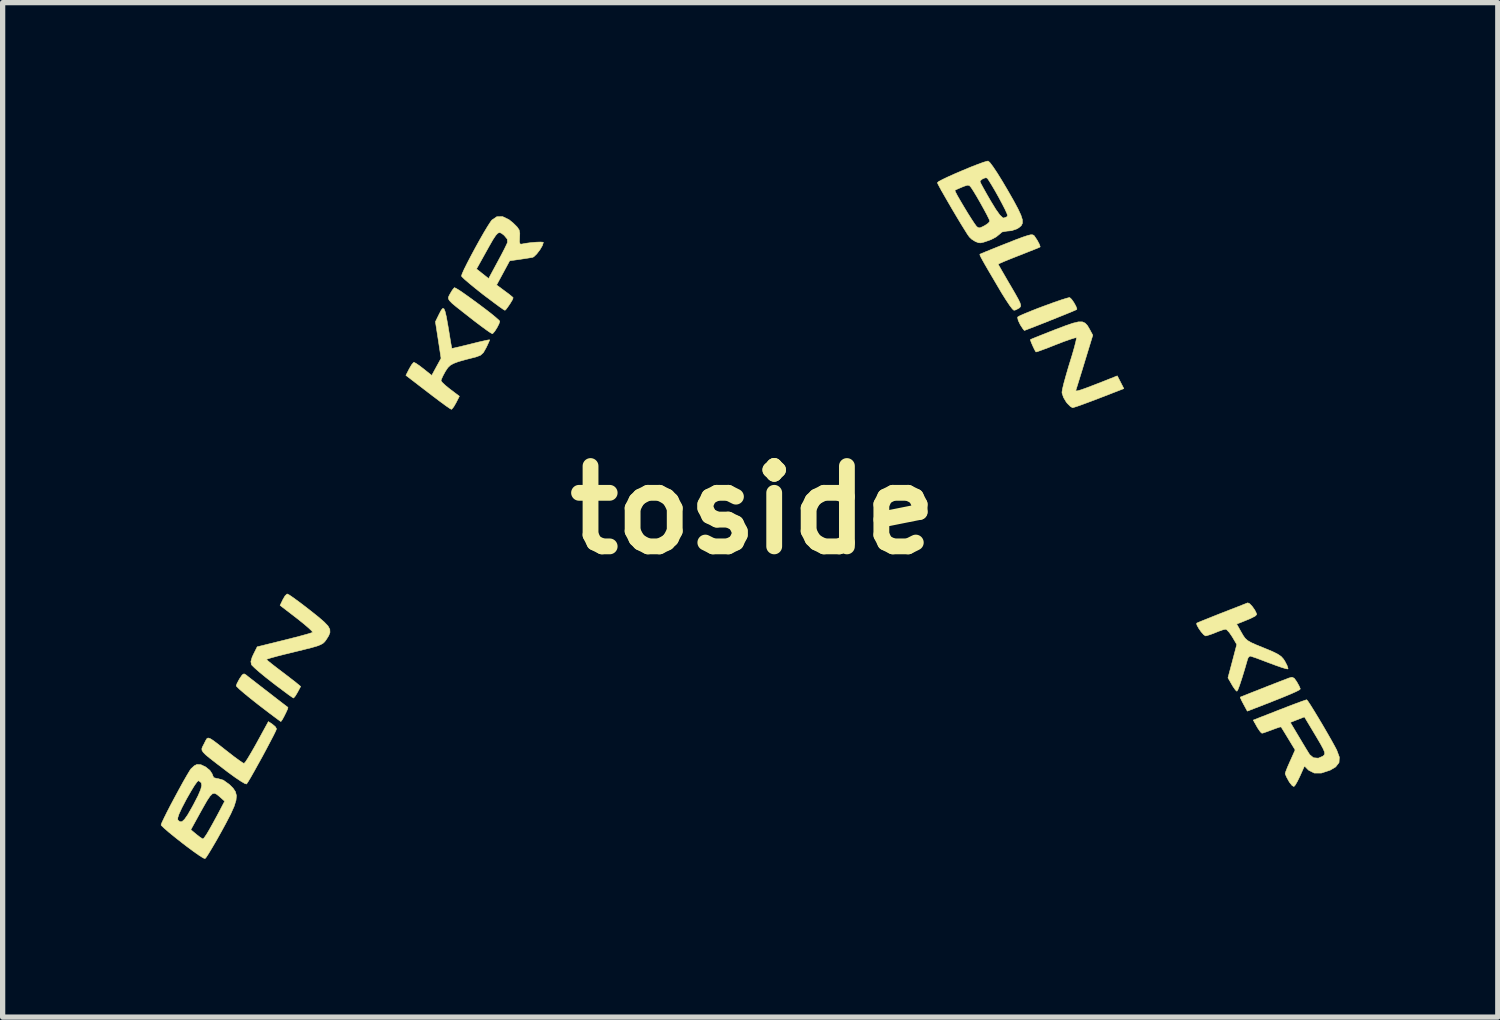
<source format=kicad_pcb>
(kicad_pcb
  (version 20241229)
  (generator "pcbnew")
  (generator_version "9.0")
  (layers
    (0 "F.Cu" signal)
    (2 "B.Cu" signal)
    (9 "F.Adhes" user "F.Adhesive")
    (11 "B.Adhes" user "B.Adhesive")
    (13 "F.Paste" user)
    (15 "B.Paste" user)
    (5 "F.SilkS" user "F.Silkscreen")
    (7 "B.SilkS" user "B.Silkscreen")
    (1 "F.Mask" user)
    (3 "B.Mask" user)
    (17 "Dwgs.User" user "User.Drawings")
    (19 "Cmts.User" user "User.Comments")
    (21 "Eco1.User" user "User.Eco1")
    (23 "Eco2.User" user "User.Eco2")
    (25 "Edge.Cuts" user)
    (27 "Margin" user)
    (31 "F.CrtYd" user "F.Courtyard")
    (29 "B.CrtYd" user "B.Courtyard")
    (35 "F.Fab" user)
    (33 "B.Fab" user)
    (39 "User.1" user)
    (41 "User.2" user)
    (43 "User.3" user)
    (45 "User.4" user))
  (footprint "toside"
    (layer "F.Cu")
    (at 11.234 6.623)
    (property "Reference" "toside" (at 0 0 0) (layer "F.SilkS") (effects (font (size 1.524 1.524) (thickness 0.3))))
    (attr through_hole)
    (fp_poly (pts (xy 10.261 3.19) (xy 10.307 3.253) (xy 10.311 3.26) (xy 10.353 3.335) (xy 10.375 3.387) (xy 10.376 3.394) (xy 10.358 3.411) (xy 10.299 3.442) (xy 10.198 3.487) (xy 10.049 3.549) (xy 9.848 3.629) (xy 9.593 3.729) (xy 9.516 3.758) (xy 9.372 3.814) (xy 9.301 3.684) (xy 9.261 3.607) (xy 9.239 3.557) (xy 9.238 3.548) (xy 9.269 3.536) (xy 9.346 3.505) (xy 9.459 3.46) (xy 9.594 3.407) (xy 9.74 3.349) (xy 9.884 3.293) (xy 10.015 3.242) (xy 10.12 3.202) (xy 10.16 3.186) (xy 10.219 3.171) (xy 10.261 3.19)) (stroke (width 0.01) (type solid)) (fill yes) (layer "F.SilkS"))
    (fp_poly (pts (xy -5.634 -4.204) (xy -5.562 -4.16) (xy -5.462 -4.091) (xy -5.342 -4.005) (xy -5.214 -3.911) (xy -5.087 -3.816) (xy -4.973 -3.728) (xy -4.882 -3.653) (xy -4.823 -3.601) (xy -4.806 -3.58) (xy -4.821 -3.53) (xy -4.857 -3.46) (xy -4.9 -3.392) (xy -4.937 -3.349) (xy -4.947 -3.344) (xy -4.983 -3.363) (xy -5.059 -3.415) (xy -5.165 -3.493) (xy -5.292 -3.589) (xy -5.347 -3.632) (xy -5.509 -3.759) (xy -5.627 -3.852) (xy -5.708 -3.919) (xy -5.756 -3.968) (xy -5.778 -4.003) (xy -5.78 -4.033) (xy -5.767 -4.065) (xy -5.748 -4.1) (xy -5.705 -4.172) (xy -5.668 -4.216) (xy -5.665 -4.218) (xy -5.634 -4.204)) (stroke (width 0.01) (type solid)) (fill yes) (layer "F.SilkS"))
    (fp_poly (pts (xy 6.004 -4.029) (xy 6.039 -3.997) (xy 6.082 -3.936) (xy 6.12 -3.868) (xy 6.139 -3.817) (xy 6.137 -3.804) (xy 6.106 -3.789) (xy 6.028 -3.756) (xy 5.914 -3.709) (xy 5.777 -3.654) (xy 5.629 -3.595) (xy 5.482 -3.536) (xy 5.347 -3.483) (xy 5.238 -3.441) (xy 5.166 -3.413) (xy 5.143 -3.406) (xy 5.121 -3.43) (xy 5.08 -3.492) (xy 5.062 -3.522) (xy 5.026 -3.598) (xy 5.015 -3.652) (xy 5.019 -3.662) (xy 5.063 -3.687) (xy 5.153 -3.726) (xy 5.275 -3.776) (xy 5.417 -3.832) (xy 5.568 -3.888) (xy 5.714 -3.941) (xy 5.842 -3.985) (xy 5.941 -4.016) (xy 5.997 -4.03) (xy 6.004 -4.029)) (stroke (width 0.01) (type solid)) (fill yes) (layer "F.SilkS"))
    (fp_poly (pts (xy -9.619 3.126) (xy -9.617 3.128) (xy -9.58 3.158) (xy -9.504 3.217) (xy -9.401 3.297) (xy -9.281 3.39) (xy -9.155 3.487) (xy -9.036 3.58) (xy -8.933 3.659) (xy -8.858 3.716) (xy -8.823 3.743) (xy -8.823 3.743) (xy -8.829 3.772) (xy -8.857 3.834) (xy -8.894 3.909) (xy -8.93 3.975) (xy -8.955 4.009) (xy -8.958 4.011) (xy -8.986 3.992) (xy -9.055 3.941) (xy -9.158 3.864) (xy -9.285 3.767) (xy -9.387 3.689) (xy -9.526 3.579) (xy -9.645 3.482) (xy -9.736 3.404) (xy -9.791 3.351) (xy -9.804 3.334) (xy -9.788 3.288) (xy -9.749 3.215) (xy -9.736 3.193) (xy -9.69 3.126) (xy -9.656 3.106) (xy -9.619 3.126)) (stroke (width 0.01) (type solid)) (fill yes) (layer "F.SilkS"))
    (fp_poly (pts (xy -9.117 4.063) (xy -9.061 4.111) (xy -9.04 4.15) (xy -9.054 4.187) (xy -9.094 4.269) (xy -9.154 4.384) (xy -9.226 4.521) (xy -9.306 4.67) (xy -9.388 4.818) (xy -9.465 4.957) (xy -9.531 5.073) (xy -9.581 5.156) (xy -9.608 5.196) (xy -9.608 5.196) (xy -9.641 5.187) (xy -9.714 5.144) (xy -9.819 5.074) (xy -9.945 4.983) (xy -10.013 4.931) (xy -10.178 4.805) (xy -10.299 4.711) (xy -10.382 4.643) (xy -10.431 4.593) (xy -10.454 4.555) (xy -10.455 4.521) (xy -10.44 4.484) (xy -10.415 4.437) (xy -10.41 4.427) (xy -10.384 4.374) (xy -10.363 4.338) (xy -10.338 4.323) (xy -10.301 4.333) (xy -10.243 4.369) (xy -10.155 4.435) (xy -10.028 4.535) (xy -9.956 4.591) (xy -9.843 4.679) (xy -9.747 4.749) (xy -9.681 4.794) (xy -9.656 4.806) (xy -9.631 4.78) (xy -9.583 4.707) (xy -9.518 4.598) (xy -9.441 4.463) (xy -9.411 4.409) (xy -9.194 4.012) (xy -9.117 4.063)) (stroke (width 0.01) (type solid)) (fill yes) (layer "F.SilkS"))
    (fp_poly (pts (xy 5.303 -5.219) (xy 5.326 -5.206) (xy 5.335 -5.195) (xy 5.387 -5.117) (xy 5.426 -5.044) (xy 5.443 -4.996) (xy 5.44 -4.988) (xy 5.407 -4.973) (xy 5.326 -4.94) (xy 5.209 -4.894) (xy 5.067 -4.837) (xy 5.037 -4.826) (xy 4.893 -4.769) (xy 4.772 -4.72) (xy 4.687 -4.683) (xy 4.648 -4.665) (xy 4.647 -4.663) (xy 4.662 -4.634) (xy 4.704 -4.56) (xy 4.767 -4.451) (xy 4.844 -4.318) (xy 4.876 -4.264) (xy 4.965 -4.111) (xy 5.026 -4.002) (xy 5.061 -3.93) (xy 5.074 -3.884) (xy 5.069 -3.855) (xy 5.049 -3.835) (xy 5.045 -3.831) (xy 4.981 -3.796) (xy 4.946 -3.788) (xy 4.916 -3.814) (xy 4.862 -3.885) (xy 4.791 -3.992) (xy 4.709 -4.123) (xy 4.686 -4.162) (xy 4.562 -4.373) (xy 4.466 -4.536) (xy 4.396 -4.657) (xy 4.348 -4.742) (xy 4.318 -4.798) (xy 4.303 -4.831) (xy 4.299 -4.847) (xy 4.301 -4.852) (xy 4.333 -4.866) (xy 4.414 -4.9) (xy 4.535 -4.949) (xy 4.684 -5.009) (xy 4.803 -5.056) (xy 4.985 -5.128) (xy 5.117 -5.177) (xy 5.208 -5.207) (xy 5.267 -5.221) (xy 5.303 -5.219)) (stroke (width 0.01) (type solid)) (fill yes) (layer "F.SilkS"))
    (fp_poly (pts (xy -5.865 -3.818) (xy -5.843 -3.767) (xy -5.819 -3.666) (xy -5.791 -3.51) (xy -5.776 -3.422) (xy -5.753 -3.281) (xy -5.734 -3.166) (xy -5.72 -3.09) (xy -5.715 -3.065) (xy -5.685 -3.07) (xy -5.605 -3.088) (xy -5.488 -3.116) (xy -5.354 -3.149) (xy -5.214 -3.184) (xy -5.1 -3.21) (xy -5.024 -3.226) (xy -4.997 -3.228) (xy -5.01 -3.195) (xy -5.042 -3.124) (xy -5.066 -3.075) (xy -5.117 -2.985) (xy -5.174 -2.934) (xy -5.261 -2.902) (xy -5.281 -2.897) (xy -5.462 -2.851) (xy -5.592 -2.814) (xy -5.682 -2.78) (xy -5.744 -2.745) (xy -5.789 -2.702) (xy -5.827 -2.646) (xy -5.839 -2.627) (xy -5.886 -2.54) (xy -5.915 -2.474) (xy -5.92 -2.454) (xy -5.897 -2.42) (xy -5.834 -2.361) (xy -5.747 -2.29) (xy -5.746 -2.29) (xy -5.572 -2.158) (xy -5.635 -2.034) (xy -5.679 -1.958) (xy -5.715 -1.914) (xy -5.724 -1.91) (xy -5.756 -1.928) (xy -5.83 -1.979) (xy -5.936 -2.057) (xy -6.065 -2.154) (xy -6.167 -2.232) (xy -6.586 -2.554) (xy -6.523 -2.677) (xy -6.479 -2.753) (xy -6.442 -2.797) (xy -6.433 -2.801) (xy -6.395 -2.782) (xy -6.325 -2.734) (xy -6.251 -2.677) (xy -6.096 -2.553) (xy -6.008 -2.715) (xy -5.919 -2.877) (xy -5.972 -3.224) (xy -6.026 -3.571) (xy -5.954 -3.718) (xy -5.917 -3.788) (xy -5.889 -3.823) (xy -5.865 -3.818)) (stroke (width 0.01) (type solid)) (fill yes) (layer "F.SilkS"))
    (fp_poly (pts (xy 6.296 -3.545) (xy 6.34 -3.498) (xy 6.381 -3.428) (xy 6.441 -3.316) (xy 6.287 -2.812) (xy 6.235 -2.641) (xy 6.188 -2.49) (xy 6.151 -2.37) (xy 6.127 -2.293) (xy 6.119 -2.27) (xy 6.125 -2.259) (xy 6.157 -2.262) (xy 6.222 -2.281) (xy 6.326 -2.318) (xy 6.475 -2.375) (xy 6.675 -2.453) (xy 6.74 -2.479) (xy 6.906 -2.545) (xy 7.03 -2.303) (xy 6.563 -2.122) (xy 6.4 -2.06) (xy 6.257 -2.007) (xy 6.145 -1.967) (xy 6.075 -1.945) (xy 6.057 -1.941) (xy 6.016 -1.965) (xy 5.958 -2.023) (xy 5.938 -2.048) (xy 5.886 -2.135) (xy 5.858 -2.219) (xy 5.857 -2.236) (xy 5.866 -2.294) (xy 5.891 -2.4) (xy 5.93 -2.541) (xy 5.977 -2.703) (xy 6.002 -2.785) (xy 6.052 -2.947) (xy 6.092 -3.087) (xy 6.119 -3.194) (xy 6.132 -3.257) (xy 6.131 -3.269) (xy 6.097 -3.264) (xy 6.016 -3.239) (xy 5.899 -3.198) (xy 5.759 -3.144) (xy 5.743 -3.138) (xy 5.602 -3.082) (xy 5.484 -3.038) (xy 5.401 -3.008) (xy 5.364 -2.998) (xy 5.363 -2.998) (xy 5.337 -3.041) (xy 5.304 -3.11) (xy 5.274 -3.179) (xy 5.258 -3.225) (xy 5.258 -3.232) (xy 5.29 -3.247) (xy 5.371 -3.28) (xy 5.491 -3.328) (xy 5.638 -3.386) (xy 5.729 -3.422) (xy 5.922 -3.495) (xy 6.065 -3.544) (xy 6.169 -3.569) (xy 6.243 -3.569) (xy 6.296 -3.545)) (stroke (width 0.01) (type solid)) (fill yes) (layer "F.SilkS"))
    (fp_poly (pts (xy -8.799 1.61) (xy -8.723 1.662) (xy -8.616 1.74) (xy -8.488 1.837) (xy -8.411 1.897) (xy -8.251 2.024) (xy -8.137 2.122) (xy -8.064 2.198) (xy -8.029 2.262) (xy -8.026 2.321) (xy -8.05 2.384) (xy -8.094 2.454) (xy -8.123 2.494) (xy -8.156 2.526) (xy -8.203 2.553) (xy -8.273 2.58) (xy -8.377 2.61) (xy -8.524 2.647) (xy -8.699 2.69) (xy -8.872 2.732) (xy -9.022 2.77) (xy -9.138 2.802) (xy -9.21 2.824) (xy -9.229 2.833) (xy -9.205 2.858) (xy -9.14 2.911) (xy -9.047 2.984) (xy -8.982 3.033) (xy -8.866 3.121) (xy -8.761 3.202) (xy -8.682 3.263) (xy -8.659 3.282) (xy -8.582 3.346) (xy -8.641 3.456) (xy -8.682 3.525) (xy -8.714 3.563) (xy -8.718 3.565) (xy -8.749 3.546) (xy -8.82 3.496) (xy -8.923 3.419) (xy -9.049 3.325) (xy -9.111 3.277) (xy -9.245 3.172) (xy -9.363 3.075) (xy -9.453 2.996) (xy -9.506 2.944) (xy -9.515 2.932) (xy -9.526 2.873) (xy -9.502 2.79) (xy -9.476 2.734) (xy -9.406 2.594) (xy -8.891 2.467) (xy -8.718 2.423) (xy -8.568 2.384) (xy -8.45 2.351) (xy -8.376 2.328) (xy -8.355 2.319) (xy -8.371 2.293) (xy -8.43 2.237) (xy -8.521 2.159) (xy -8.637 2.066) (xy -8.654 2.053) (xy -8.972 1.808) (xy -8.92 1.7) (xy -8.879 1.629) (xy -8.841 1.593) (xy -8.835 1.592) (xy -8.799 1.61)) (stroke (width 0.01) (type solid)) (fill yes) (layer "F.SilkS"))
    (fp_poly (pts (xy 9.416 1.776) (xy 9.465 1.828) (xy 9.513 1.896) (xy 9.544 1.959) (xy 9.549 1.983) (xy 9.518 2.013) (xy 9.427 2.059) (xy 9.276 2.121) (xy 9.24 2.135) (xy 9.17 2.162) (xy 9.249 2.303) (xy 9.292 2.378) (xy 9.33 2.432) (xy 9.377 2.475) (xy 9.445 2.514) (xy 9.545 2.559) (xy 9.691 2.618) (xy 9.711 2.626) (xy 9.854 2.686) (xy 9.95 2.734) (xy 10.014 2.778) (xy 10.059 2.828) (xy 10.087 2.873) (xy 10.127 2.951) (xy 10.144 3.004) (xy 10.142 3.014) (xy 10.108 3.01) (xy 10.027 2.986) (xy 9.912 2.946) (xy 9.788 2.9) (xy 9.651 2.848) (xy 9.536 2.805) (xy 9.455 2.778) (xy 9.422 2.769) (xy 9.391 2.795) (xy 9.378 2.825) (xy 9.32 3.025) (xy 9.268 3.194) (xy 9.225 3.324) (xy 9.193 3.408) (xy 9.174 3.437) (xy 9.174 3.437) (xy 9.146 3.412) (xy 9.101 3.348) (xy 9.078 3.309) (xy 9.005 3.182) (xy 9.089 2.866) (xy 9.172 2.55) (xy 9.087 2.405) (xy 9.031 2.323) (xy 8.982 2.271) (xy 8.96 2.26) (xy 8.907 2.272) (xy 8.822 2.302) (xy 8.769 2.324) (xy 8.675 2.36) (xy 8.601 2.383) (xy 8.579 2.387) (xy 8.544 2.364) (xy 8.495 2.308) (xy 8.448 2.24) (xy 8.415 2.179) (xy 8.411 2.146) (xy 8.443 2.131) (xy 8.523 2.098) (xy 8.643 2.05) (xy 8.79 1.991) (xy 8.882 1.955) (xy 9.043 1.892) (xy 9.185 1.837) (xy 9.296 1.793) (xy 9.365 1.766) (xy 9.38 1.76) (xy 9.416 1.776)) (stroke (width 0.01) (type solid)) (fill yes) (layer "F.SilkS"))
    (fp_poly (pts (xy 10.52 3.624) (xy 10.568 3.696) (xy 10.634 3.802) (xy 10.713 3.932) (xy 10.799 4.076) (xy 10.885 4.224) (xy 10.965 4.364) (xy 11.033 4.487) (xy 11.068 4.554) (xy 11.117 4.686) (xy 11.111 4.789) (xy 11.047 4.872) (xy 10.942 4.934) (xy 10.777 4.988) (xy 10.641 4.988) (xy 10.536 4.935) (xy 10.526 4.926) (xy 10.456 4.854) (xy 10.371 5.044) (xy 10.323 5.143) (xy 10.281 5.216) (xy 10.255 5.244) (xy 10.222 5.226) (xy 10.175 5.168) (xy 10.158 5.14) (xy 10.115 5.062) (xy 10.092 5.007) (xy 10.09 4.998) (xy 10.102 4.958) (xy 10.134 4.876) (xy 10.18 4.771) (xy 10.185 4.761) (xy 10.279 4.55) (xy 10.149 4.336) (xy 10.087 4.234) (xy 10.039 4.156) (xy 10.013 4.115) (xy 10.011 4.113) (xy 9.979 4.118) (xy 9.907 4.143) (xy 9.838 4.169) (xy 9.743 4.204) (xy 9.673 4.228) (xy 9.649 4.233) (xy 9.62 4.208) (xy 9.575 4.144) (xy 9.554 4.109) (xy 9.509 4.028) (xy 10.187 4.028) (xy 10.348 4.298) (xy 10.422 4.422) (xy 10.489 4.533) (xy 10.539 4.614) (xy 10.555 4.639) (xy 10.626 4.698) (xy 10.718 4.706) (xy 10.804 4.669) (xy 10.828 4.648) (xy 10.84 4.623) (xy 10.835 4.586) (xy 10.81 4.527) (xy 10.762 4.438) (xy 10.687 4.31) (xy 10.608 4.178) (xy 10.455 3.923) (xy 10.187 4.028) (xy 9.509 4.028) (xy 9.484 3.984) (xy 9.98 3.79) (xy 10.145 3.726) (xy 10.29 3.671) (xy 10.404 3.629) (xy 10.477 3.604) (xy 10.497 3.598) (xy 10.52 3.624)) (stroke (width 0.01) (type solid)) (fill yes) (layer "F.SilkS"))
    (fp_poly (pts (xy -4.631 -5.507) (xy -4.554 -5.445) (xy -4.477 -5.369) (xy -4.438 -5.312) (xy -4.426 -5.248) (xy -4.429 -5.174) (xy -4.432 -5.085) (xy -4.421 -5.046) (xy -4.393 -5.043) (xy -4.316 -5.058) (xy -4.218 -5.071) (xy -4.117 -5.08) (xy -4.033 -5.083) (xy -3.984 -5.079) (xy -3.979 -5.075) (xy -3.998 -5.015) (xy -4.045 -4.935) (xy -4.105 -4.857) (xy -4.161 -4.803) (xy -4.184 -4.792) (xy -4.251 -4.781) (xy -4.354 -4.765) (xy -4.434 -4.753) (xy -4.618 -4.727) (xy -4.742 -4.497) (xy -4.866 -4.268) (xy -4.709 -4.152) (xy -4.626 -4.09) (xy -4.57 -4.044) (xy -4.552 -4.026) (xy -4.567 -3.986) (xy -4.606 -3.921) (xy -4.652 -3.853) (xy -4.691 -3.801) (xy -4.708 -3.788) (xy -4.74 -3.806) (xy -4.813 -3.857) (xy -4.917 -3.934) (xy -5.045 -4.03) (xy -5.127 -4.092) (xy -5.263 -4.2) (xy -5.38 -4.296) (xy -5.47 -4.373) (xy -5.522 -4.424) (xy -5.532 -4.438) (xy -5.52 -4.479) (xy -5.482 -4.564) (xy -5.478 -4.572) (xy -5.247 -4.572) (xy -5.017 -4.39) (xy -4.849 -4.702) (xy -4.778 -4.834) (xy -4.718 -4.95) (xy -4.676 -5.037) (xy -4.659 -5.075) (xy -4.663 -5.138) (xy -4.721 -5.208) (xy -4.727 -5.213) (xy -4.77 -5.247) (xy -4.806 -5.263) (xy -4.841 -5.252) (xy -4.881 -5.21) (xy -4.935 -5.129) (xy -5.007 -5.003) (xy -5.071 -4.888) (xy -5.247 -4.572) (xy -5.478 -4.572) (xy -5.424 -4.681) (xy -5.351 -4.821) (xy -5.27 -4.972) (xy -5.187 -5.122) (xy -5.107 -5.262) (xy -5.036 -5.38) (xy -4.981 -5.465) (xy -4.956 -5.499) (xy -4.862 -5.563) (xy -4.753 -5.566) (xy -4.631 -5.507)) (stroke (width 0.01) (type solid)) (fill yes) (layer "F.SilkS"))
    (fp_poly (pts (xy -10.473 4.83) (xy -10.383 4.873) (xy -10.304 4.937) (xy -10.258 5.008) (xy -10.255 5.022) (xy -10.231 5.075) (xy -10.169 5.092) (xy -10.152 5.093) (xy -10.048 5.123) (xy -9.931 5.208) (xy -9.863 5.276) (xy -9.819 5.342) (xy -9.8 5.416) (xy -9.808 5.505) (xy -9.843 5.618) (xy -9.908 5.763) (xy -10.004 5.948) (xy -10.083 6.093) (xy -10.174 6.256) (xy -10.257 6.398) (xy -10.325 6.511) (xy -10.373 6.585) (xy -10.396 6.611) (xy -10.432 6.597) (xy -10.508 6.549) (xy -10.615 6.474) (xy -10.743 6.379) (xy -10.825 6.316) (xy -10.961 6.209) (xy -11.078 6.114) (xy -11.136 6.063) (xy -10.665 6.063) (xy -10.561 6.15) (xy -10.492 6.204) (xy -10.443 6.235) (xy -10.434 6.238) (xy -10.409 6.213) (xy -10.364 6.147) (xy -10.319 6.071) (xy -10.25 5.948) (xy -10.172 5.805) (xy -10.123 5.713) (xy -10.023 5.522) (xy -10.122 5.433) (xy -10.174 5.391) (xy -10.216 5.371) (xy -10.256 5.381) (xy -10.301 5.426) (xy -10.358 5.511) (xy -10.434 5.644) (xy -10.487 5.739) (xy -10.665 6.063) (xy -11.136 6.063) (xy -11.167 6.037) (xy -11.219 5.987) (xy -11.229 5.973) (xy -11.217 5.936) (xy -11.179 5.855) (xy -11.172 5.841) (xy -10.914 5.841) (xy -10.911 5.88) (xy -10.91 5.881) (xy -10.872 5.912) (xy -10.832 5.909) (xy -10.784 5.866) (xy -10.722 5.777) (xy -10.642 5.637) (xy -10.612 5.582) (xy -10.528 5.419) (xy -10.478 5.302) (xy -10.458 5.222) (xy -10.468 5.171) (xy -10.507 5.14) (xy -10.523 5.134) (xy -10.548 5.157) (xy -10.597 5.225) (xy -10.661 5.33) (xy -10.736 5.461) (xy -10.748 5.482) (xy -10.835 5.648) (xy -10.889 5.765) (xy -10.914 5.841) (xy -11.172 5.841) (xy -11.122 5.739) (xy -11.051 5.601) (xy -10.971 5.451) (xy -10.889 5.299) (xy -10.811 5.157) (xy -10.741 5.035) (xy -10.687 4.945) (xy -10.663 4.909) (xy -10.599 4.85) (xy -10.549 4.825) (xy -10.473 4.83)) (stroke (width 0.01) (type solid)) (fill yes) (layer "F.SilkS"))
    (fp_poly (pts (xy 4.488 -6.592) (xy 4.547 -6.514) (xy 4.628 -6.393) (xy 4.727 -6.233) (xy 4.818 -6.079) (xy 4.936 -5.873) (xy 5.022 -5.713) (xy 5.078 -5.593) (xy 5.106 -5.505) (xy 5.107 -5.44) (xy 5.084 -5.393) (xy 5.038 -5.354) (xy 4.995 -5.33) (xy 4.901 -5.298) (xy 4.812 -5.29) (xy 4.719 -5.273) (xy 4.671 -5.231) (xy 4.608 -5.18) (xy 4.512 -5.129) (xy 4.466 -5.112) (xy 4.372 -5.08) (xy 4.315 -5.067) (xy 4.274 -5.07) (xy 4.226 -5.088) (xy 4.217 -5.091) (xy 4.145 -5.136) (xy 4.102 -5.177) (xy 4.069 -5.222) (xy 4.014 -5.31) (xy 3.94 -5.429) (xy 3.856 -5.569) (xy 3.768 -5.717) (xy 3.683 -5.864) (xy 3.606 -5.998) (xy 3.569 -6.064) (xy 3.826 -6.064) (xy 3.836 -6.034) (xy 3.873 -5.963) (xy 3.93 -5.864) (xy 3.998 -5.749) (xy 4.07 -5.63) (xy 4.139 -5.521) (xy 4.196 -5.434) (xy 4.235 -5.381) (xy 4.244 -5.372) (xy 4.276 -5.353) (xy 4.305 -5.353) (xy 4.356 -5.376) (xy 4.394 -5.396) (xy 4.458 -5.439) (xy 4.488 -5.477) (xy 4.488 -5.48) (xy 4.473 -5.519) (xy 4.433 -5.6) (xy 4.376 -5.706) (xy 4.31 -5.825) (xy 4.243 -5.942) (xy 4.182 -6.043) (xy 4.136 -6.114) (xy 4.131 -6.121) (xy 4.1 -6.155) (xy 4.063 -6.161) (xy 3.998 -6.14) (xy 3.962 -6.125) (xy 3.882 -6.091) (xy 3.833 -6.068) (xy 3.826 -6.064) (xy 3.569 -6.064) (xy 3.544 -6.108) (xy 3.505 -6.182) (xy 3.494 -6.208) (xy 3.516 -6.227) (xy 4.303 -6.227) (xy 4.322 -6.186) (xy 4.367 -6.103) (xy 4.431 -5.989) (xy 4.503 -5.864) (xy 4.602 -5.702) (xy 4.678 -5.596) (xy 4.732 -5.545) (xy 4.751 -5.538) (xy 4.808 -5.559) (xy 4.825 -5.582) (xy 4.815 -5.619) (xy 4.779 -5.699) (xy 4.724 -5.806) (xy 4.658 -5.93) (xy 4.588 -6.055) (xy 4.52 -6.17) (xy 4.463 -6.261) (xy 4.437 -6.297) (xy 4.401 -6.301) (xy 4.348 -6.279) (xy 4.308 -6.246) (xy 4.303 -6.227) (xy 3.516 -6.227) (xy 3.519 -6.23) (xy 3.591 -6.269) (xy 3.7 -6.321) (xy 3.832 -6.38) (xy 3.977 -6.442) (xy 4.121 -6.502) (xy 4.254 -6.554) (xy 4.363 -6.594) (xy 4.437 -6.616) (xy 4.456 -6.618) (xy 4.488 -6.592)) (stroke (width 0.01) (type solid)) (fill yes) (layer "F.SilkS")))
  (gr_rect
    (start -3 -3)
    (end 25.356 16.24)
    (stroke (width 0.1) (type default))
    (fill no)
    (layer "Edge.Cuts")))
</source>
